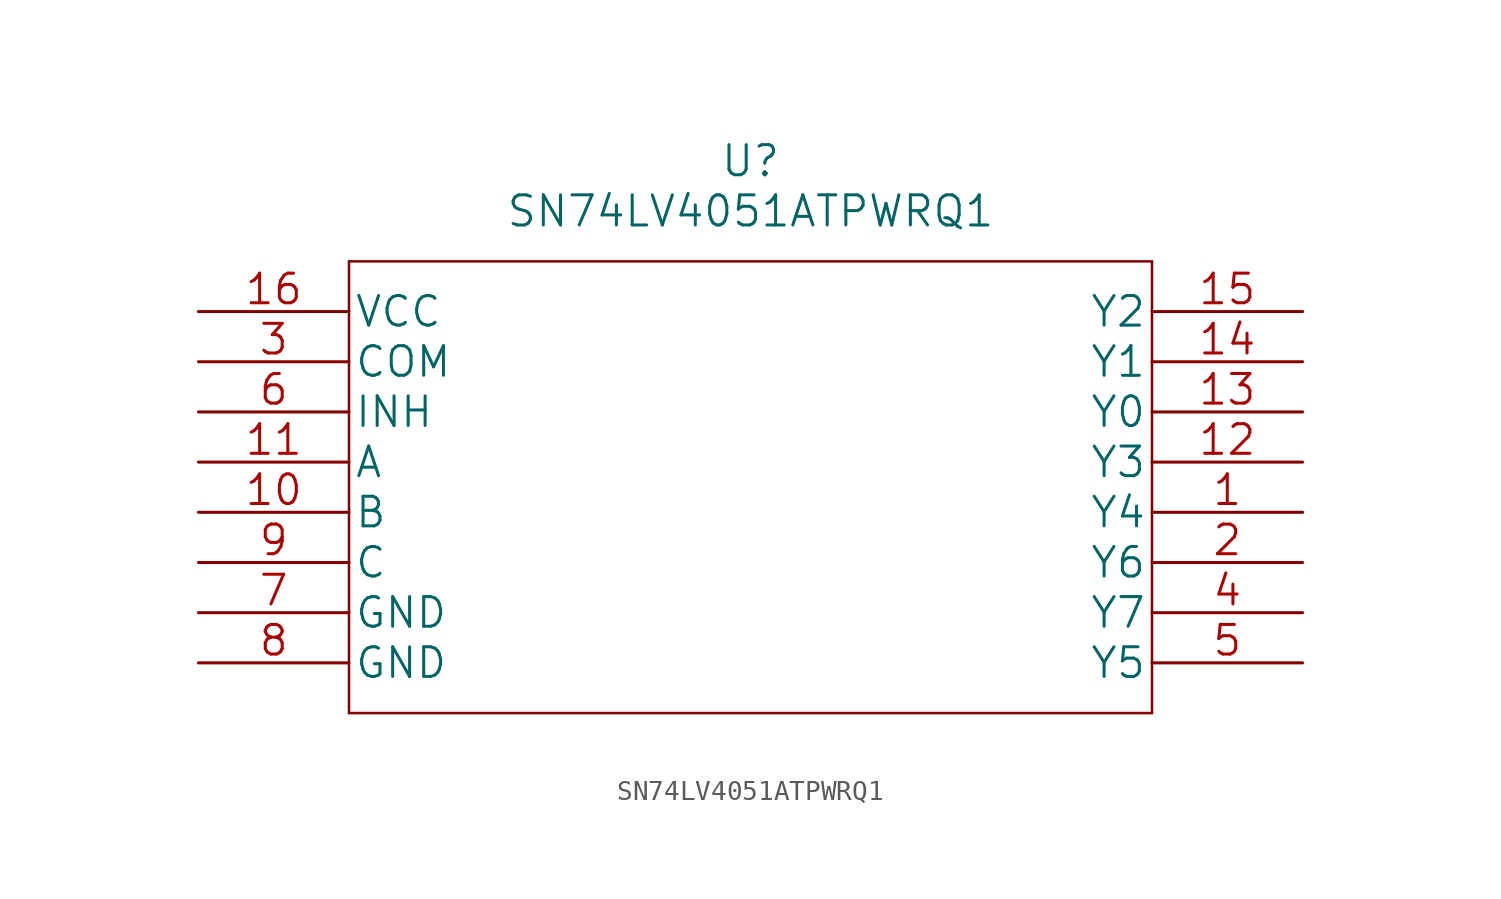
<source format=kicad_sym>
(kicad_symbol_lib
  (version 20211014)
  (generator kicad_symbol_editor)
  (symbol "SN74LV4051ATPWRQ1"
    (pin_names
      (offset 0.254))
    (property "Reference" "U"
      (at 27.94 10.16 0)
      (effects (font (size 1.524 1.524))))
    (property "Value" "SN74LV4051ATPWRQ1"
      (at 27.94 7.62 0)
      (effects (font (size 1.524 1.524))))
    (symbol "SN74LV4051ATPWRQ1_1_1"
      (polyline (pts (xy 7.62 -17.78) (xy 48.26 -17.78)) (stroke (width 0.127) (type default) (color 0 0 0 0)) (fill (type none)))
      (polyline (pts (xy 7.62 5.08) (xy 7.62 -17.78)) (stroke (width 0.127) (type default) (color 0 0 0 0)) (fill (type none)))
      (polyline (pts (xy 48.26 -17.78) (xy 48.26 5.08)) (stroke (width 0.127) (type default) (color 0 0 0 0)) (fill (type none)))
      (polyline (pts (xy 48.26 5.08) (xy 7.62 5.08)) (stroke (width 0.127) (type default) (color 0 0 0 0)) (fill (type none)))
      (pin output line (at 55.88 -7.62 180) (length 7.62) (name "Y4" (effects (font (size 1.499 1.499)))) (number "1" (effects (font (size 1.499 1.499)))))
      (pin input line (at 0 -7.62 0) (length 7.62) (name "B" (effects (font (size 1.499 1.499)))) (number "10" (effects (font (size 1.499 1.499)))))
      (pin input line (at 0 -5.08 0) (length 7.62) (name "A" (effects (font (size 1.499 1.499)))) (number "11" (effects (font (size 1.499 1.499)))))
      (pin output line (at 55.88 -5.08 180) (length 7.62) (name "Y3" (effects (font (size 1.499 1.499)))) (number "12" (effects (font (size 1.499 1.499)))))
      (pin output line (at 55.88 -2.54 180) (length 7.62) (name "Y0" (effects (font (size 1.499 1.499)))) (number "13" (effects (font (size 1.499 1.499)))))
      (pin output line (at 55.88 0 180) (length 7.62) (name "Y1" (effects (font (size 1.499 1.499)))) (number "14" (effects (font (size 1.499 1.499)))))
      (pin output line (at 55.88 2.54 180) (length 7.62) (name "Y2" (effects (font (size 1.499 1.499)))) (number "15" (effects (font (size 1.499 1.499)))))
      (pin power_in line (at 0 2.54 0) (length 7.62) (name "VCC" (effects (font (size 1.499 1.499)))) (number "16" (effects (font (size 1.499 1.499)))))
      (pin output line (at 55.88 -10.16 180) (length 7.62) (name "Y6" (effects (font (size 1.499 1.499)))) (number "2" (effects (font (size 1.499 1.499)))))
      (pin input line (at 0 0 0) (length 7.62) (name "COM" (effects (font (size 1.499 1.499)))) (number "3" (effects (font (size 1.499 1.499)))))
      (pin output line (at 55.88 -12.7 180) (length 7.62) (name "Y7" (effects (font (size 1.499 1.499)))) (number "4" (effects (font (size 1.499 1.499)))))
      (pin output line (at 55.88 -15.24 180) (length 7.62) (name "Y5" (effects (font (size 1.499 1.499)))) (number "5" (effects (font (size 1.499 1.499)))))
      (pin input line (at 0 -2.54 0) (length 7.62) (name "INH" (effects (font (size 1.499 1.499)))) (number "6" (effects (font (size 1.499 1.499)))))
      (pin power_in line (at 0 -12.7 0) (length 7.62) (name "GND" (effects (font (size 1.499 1.499)))) (number "7" (effects (font (size 1.499 1.499)))))
      (pin power_in line (at 0 -15.24 0) (length 7.62) (name "GND" (effects (font (size 1.499 1.499)))) (number "8" (effects (font (size 1.499 1.499)))))
      (pin input line (at 0 -10.16 0) (length 7.62) (name "C" (effects (font (size 1.499 1.499)))) (number "9" (effects (font (size 1.499 1.499))))))))
</source>
